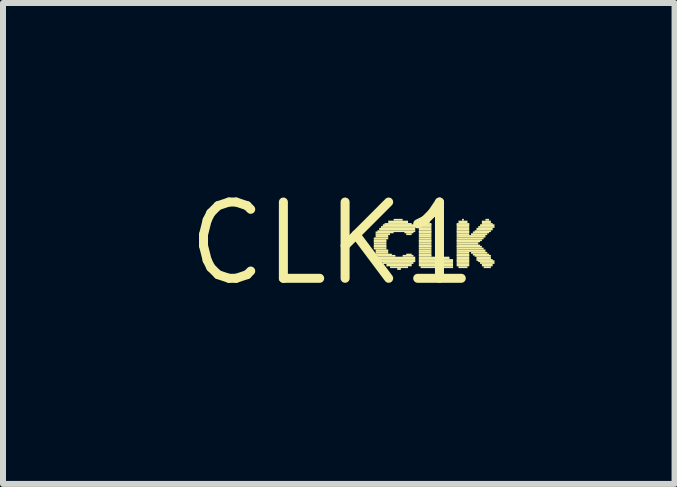
<source format=kicad_pcb>
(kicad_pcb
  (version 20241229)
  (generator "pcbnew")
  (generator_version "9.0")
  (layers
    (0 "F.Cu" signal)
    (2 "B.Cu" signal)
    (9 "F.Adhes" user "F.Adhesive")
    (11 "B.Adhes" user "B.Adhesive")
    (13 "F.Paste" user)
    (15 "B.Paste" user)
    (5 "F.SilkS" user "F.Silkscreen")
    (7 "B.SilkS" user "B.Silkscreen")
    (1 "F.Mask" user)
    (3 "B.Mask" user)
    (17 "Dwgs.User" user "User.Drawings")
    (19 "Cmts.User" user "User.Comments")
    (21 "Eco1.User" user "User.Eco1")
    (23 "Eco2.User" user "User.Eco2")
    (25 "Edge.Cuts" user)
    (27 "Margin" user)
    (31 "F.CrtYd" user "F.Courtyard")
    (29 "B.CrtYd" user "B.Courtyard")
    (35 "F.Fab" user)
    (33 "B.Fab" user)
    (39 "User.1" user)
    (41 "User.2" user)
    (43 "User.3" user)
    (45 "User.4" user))
  (footprint "CLK1"
    (layer "F.Cu")
    (at 2.487 1.006)
    (property "Reference" "CLK1" (at 0 0 0) (layer "F.SilkS") (effects (font (size 1.27 1.27) (thickness 0.15))))
    (fp_poly (pts (xy 0.69 -0.07) (xy 0.93 -0.07) (xy 0.93 -0.1) (xy 0.69 -0.1)) (stroke (width 0) (type default)) (fill yes) (layer "F.SilkS"))
    (fp_poly (pts (xy 0.69 -0.04) (xy 0.9 -0.04) (xy 0.9 -0.07) (xy 0.69 -0.07)) (stroke (width 0) (type default)) (fill yes) (layer "F.SilkS"))
    (fp_poly (pts (xy 0.69 -0.02) (xy 0.9 -0.02) (xy 0.9 -0.05) (xy 0.69 -0.05)) (stroke (width 0) (type default)) (fill yes) (layer "F.SilkS"))
    (fp_poly (pts (xy 0.69 0.02) (xy 0.9 0.02) (xy 0.9 -0.02) (xy 0.69 -0.02)) (stroke (width 0) (type default)) (fill yes) (layer "F.SilkS"))
    (fp_poly (pts (xy 0.69 0.05) (xy 0.9 0.05) (xy 0.9 0.02) (xy 0.69 0.02)) (stroke (width 0) (type default)) (fill yes) (layer "F.SilkS"))
    (fp_poly (pts (xy 0.69 0.07) (xy 0.9 0.07) (xy 0.9 0.04) (xy 0.69 0.04)) (stroke (width 0) (type default)) (fill yes) (layer "F.SilkS"))
    (fp_poly (pts (xy 0.69 0.1) (xy 0.9 0.1) (xy 0.9 0.07) (xy 0.69 0.07)) (stroke (width 0) (type default)) (fill yes) (layer "F.SilkS"))
    (fp_poly (pts (xy 0.72 -0.17) (xy 1.02 -0.17) (xy 1.02 -0.2) (xy 0.72 -0.2)) (stroke (width 0) (type default)) (fill yes) (layer "F.SilkS"))
    (fp_poly (pts (xy 0.72 -0.14) (xy 0.96 -0.14) (xy 0.96 -0.17) (xy 0.72 -0.17)) (stroke (width 0) (type default)) (fill yes) (layer "F.SilkS"))
    (fp_poly (pts (xy 0.72 -0.1) (xy 0.93 -0.1) (xy 0.93 -0.14) (xy 0.72 -0.14)) (stroke (width 0) (type default)) (fill yes) (layer "F.SilkS"))
    (fp_poly (pts (xy 0.72 0.14) (xy 0.93 0.14) (xy 0.93 0.1) (xy 0.72 0.1)) (stroke (width 0) (type default)) (fill yes) (layer "F.SilkS"))
    (fp_poly (pts (xy 0.72 0.17) (xy 0.93 0.17) (xy 0.93 0.14) (xy 0.72 0.14)) (stroke (width 0) (type default)) (fill yes) (layer "F.SilkS"))
    (fp_poly (pts (xy 0.72 0.2) (xy 0.99 0.2) (xy 0.99 0.17) (xy 0.72 0.17)) (stroke (width 0) (type default)) (fill yes) (layer "F.SilkS"))
    (fp_poly (pts (xy 0.75 -0.19) (xy 1.38 -0.19) (xy 1.38 -0.22) (xy 0.75 -0.22)) (stroke (width 0) (type default)) (fill yes) (layer "F.SilkS"))
    (fp_poly (pts (xy 0.75 0.22) (xy 1.05 0.22) (xy 1.05 0.19) (xy 0.75 0.19)) (stroke (width 0) (type default)) (fill yes) (layer "F.SilkS"))
    (fp_poly (pts (xy 0.75 0.26) (xy 1.38 0.26) (xy 1.38 0.22) (xy 0.75 0.22)) (stroke (width 0) (type default)) (fill yes) (layer "F.SilkS"))
    (fp_poly (pts (xy 0.78 -0.22) (xy 1.38 -0.22) (xy 1.38 -0.26) (xy 0.78 -0.26)) (stroke (width 0) (type default)) (fill yes) (layer "F.SilkS"))
    (fp_poly (pts (xy 0.78 0.29) (xy 1.38 0.29) (xy 1.38 0.26) (xy 0.78 0.26)) (stroke (width 0) (type default)) (fill yes) (layer "F.SilkS"))
    (fp_poly (pts (xy 0.81 -0.26) (xy 1.38 -0.26) (xy 1.38 -0.29) (xy 0.81 -0.29)) (stroke (width 0) (type default)) (fill yes) (layer "F.SilkS"))
    (fp_poly (pts (xy 0.81 0.31) (xy 1.38 0.31) (xy 1.38 0.28) (xy 0.81 0.28)) (stroke (width 0) (type default)) (fill yes) (layer "F.SilkS"))
    (fp_poly (pts (xy 0.84 -0.29) (xy 1.38 -0.29) (xy 1.38 -0.32) (xy 0.84 -0.32)) (stroke (width 0) (type default)) (fill yes) (layer "F.SilkS"))
    (fp_poly (pts (xy 0.84 0.34) (xy 1.35 0.34) (xy 1.35 0.31) (xy 0.84 0.31)) (stroke (width 0) (type default)) (fill yes) (layer "F.SilkS"))
    (fp_poly (pts (xy 0.87 -0.31) (xy 1.32 -0.31) (xy 1.32 -0.34) (xy 0.87 -0.34)) (stroke (width 0) (type default)) (fill yes) (layer "F.SilkS"))
    (fp_poly (pts (xy 0.9 0.38) (xy 1.32 0.38) (xy 1.32 0.34) (xy 0.9 0.34)) (stroke (width 0) (type default)) (fill yes) (layer "F.SilkS"))
    (fp_poly (pts (xy 0.93 -0.34) (xy 1.26 -0.34) (xy 1.26 -0.38) (xy 0.93 -0.38)) (stroke (width 0) (type default)) (fill yes) (layer "F.SilkS"))
    (fp_poly (pts (xy 0.96 0.41) (xy 1.26 0.41) (xy 1.26 0.38) (xy 0.96 0.38)) (stroke (width 0) (type default)) (fill yes) (layer "F.SilkS"))
    (fp_poly (pts (xy 1.02 -0.38) (xy 1.17 -0.38) (xy 1.17 -0.41) (xy 1.02 -0.41)) (stroke (width 0) (type default)) (fill yes) (layer "F.SilkS"))
    (fp_poly (pts (xy 1.08 0.44) (xy 1.14 0.44) (xy 1.14 0.41) (xy 1.08 0.41)) (stroke (width 0) (type default)) (fill yes) (layer "F.SilkS"))
    (fp_poly (pts (xy 1.17 0.22) (xy 1.35 0.22) (xy 1.35 0.19) (xy 1.17 0.19)) (stroke (width 0) (type default)) (fill yes) (layer "F.SilkS"))
    (fp_poly (pts (xy 1.2 -0.17) (xy 1.35 -0.17) (xy 1.35 -0.2) (xy 1.2 -0.2)) (stroke (width 0) (type default)) (fill yes) (layer "F.SilkS"))
    (fp_poly (pts (xy 1.23 -0.14) (xy 1.32 -0.14) (xy 1.32 -0.17) (xy 1.23 -0.17)) (stroke (width 0) (type default)) (fill yes) (layer "F.SilkS"))
    (fp_poly (pts (xy 1.23 0.2) (xy 1.32 0.2) (xy 1.32 0.17) (xy 1.23 0.17)) (stroke (width 0) (type default)) (fill yes) (layer "F.SilkS"))
    (fp_poly (pts (xy 1.44 -0.31) (xy 1.65 -0.31) (xy 1.65 -0.34) (xy 1.44 -0.34)) (stroke (width 0) (type default)) (fill yes) (layer "F.SilkS"))
    (fp_poly (pts (xy 1.44 -0.29) (xy 1.65 -0.29) (xy 1.65 -0.32) (xy 1.44 -0.32)) (stroke (width 0) (type default)) (fill yes) (layer "F.SilkS"))
    (fp_poly (pts (xy 1.44 -0.26) (xy 1.65 -0.26) (xy 1.65 -0.29) (xy 1.44 -0.29)) (stroke (width 0) (type default)) (fill yes) (layer "F.SilkS"))
    (fp_poly (pts (xy 1.44 -0.22) (xy 1.65 -0.22) (xy 1.65 -0.26) (xy 1.44 -0.26)) (stroke (width 0) (type default)) (fill yes) (layer "F.SilkS"))
    (fp_poly (pts (xy 1.44 -0.19) (xy 1.65 -0.19) (xy 1.65 -0.22) (xy 1.44 -0.22)) (stroke (width 0) (type default)) (fill yes) (layer "F.SilkS"))
    (fp_poly (pts (xy 1.44 -0.17) (xy 1.65 -0.17) (xy 1.65 -0.2) (xy 1.44 -0.2)) (stroke (width 0) (type default)) (fill yes) (layer "F.SilkS"))
    (fp_poly (pts (xy 1.44 -0.14) (xy 1.65 -0.14) (xy 1.65 -0.17) (xy 1.44 -0.17)) (stroke (width 0) (type default)) (fill yes) (layer "F.SilkS"))
    (fp_poly (pts (xy 1.44 -0.1) (xy 1.65 -0.1) (xy 1.65 -0.14) (xy 1.44 -0.14)) (stroke (width 0) (type default)) (fill yes) (layer "F.SilkS"))
    (fp_poly (pts (xy 1.44 -0.07) (xy 1.65 -0.07) (xy 1.65 -0.1) (xy 1.44 -0.1)) (stroke (width 0) (type default)) (fill yes) (layer "F.SilkS"))
    (fp_poly (pts (xy 1.44 -0.04) (xy 1.65 -0.04) (xy 1.65 -0.07) (xy 1.44 -0.07)) (stroke (width 0) (type default)) (fill yes) (layer "F.SilkS"))
    (fp_poly (pts (xy 1.44 -0.02) (xy 1.65 -0.02) (xy 1.65 -0.05) (xy 1.44 -0.05)) (stroke (width 0) (type default)) (fill yes) (layer "F.SilkS"))
    (fp_poly (pts (xy 1.44 0.02) (xy 1.65 0.02) (xy 1.65 -0.02) (xy 1.44 -0.02)) (stroke (width 0) (type default)) (fill yes) (layer "F.SilkS"))
    (fp_poly (pts (xy 1.44 0.05) (xy 1.65 0.05) (xy 1.65 0.02) (xy 1.44 0.02)) (stroke (width 0) (type default)) (fill yes) (layer "F.SilkS"))
    (fp_poly (pts (xy 1.44 0.07) (xy 1.65 0.07) (xy 1.65 0.04) (xy 1.44 0.04)) (stroke (width 0) (type default)) (fill yes) (layer "F.SilkS"))
    (fp_poly (pts (xy 1.44 0.1) (xy 1.65 0.1) (xy 1.65 0.07) (xy 1.44 0.07)) (stroke (width 0) (type default)) (fill yes) (layer "F.SilkS"))
    (fp_poly (pts (xy 1.44 0.14) (xy 1.65 0.14) (xy 1.65 0.1) (xy 1.44 0.1)) (stroke (width 0) (type default)) (fill yes) (layer "F.SilkS"))
    (fp_poly (pts (xy 1.44 0.17) (xy 1.65 0.17) (xy 1.65 0.14) (xy 1.44 0.14)) (stroke (width 0) (type default)) (fill yes) (layer "F.SilkS"))
    (fp_poly (pts (xy 1.44 0.2) (xy 1.65 0.2) (xy 1.65 0.17) (xy 1.44 0.17)) (stroke (width 0) (type default)) (fill yes) (layer "F.SilkS"))
    (fp_poly (pts (xy 1.44 0.22) (xy 1.65 0.22) (xy 1.65 0.19) (xy 1.44 0.19)) (stroke (width 0) (type default)) (fill yes) (layer "F.SilkS"))
    (fp_poly (pts (xy 1.44 0.26) (xy 1.95 0.26) (xy 1.95 0.22) (xy 1.44 0.22)) (stroke (width 0) (type default)) (fill yes) (layer "F.SilkS"))
    (fp_poly (pts (xy 1.44 0.29) (xy 2.01 0.29) (xy 2.01 0.26) (xy 1.44 0.26)) (stroke (width 0) (type default)) (fill yes) (layer "F.SilkS"))
    (fp_poly (pts (xy 1.44 0.31) (xy 2.01 0.31) (xy 2.01 0.28) (xy 1.44 0.28)) (stroke (width 0) (type default)) (fill yes) (layer "F.SilkS"))
    (fp_poly (pts (xy 1.44 0.34) (xy 2.01 0.34) (xy 2.01 0.31) (xy 1.44 0.31)) (stroke (width 0) (type default)) (fill yes) (layer "F.SilkS"))
    (fp_poly (pts (xy 1.44 0.38) (xy 2.01 0.38) (xy 2.01 0.34) (xy 1.44 0.34)) (stroke (width 0) (type default)) (fill yes) (layer "F.SilkS"))
    (fp_poly (pts (xy 1.47 -0.34) (xy 1.62 -0.34) (xy 1.62 -0.38) (xy 1.47 -0.38)) (stroke (width 0) (type default)) (fill yes) (layer "F.SilkS"))
    (fp_poly (pts (xy 1.47 0.41) (xy 2.01 0.41) (xy 2.01 0.38) (xy 1.47 0.38)) (stroke (width 0) (type default)) (fill yes) (layer "F.SilkS"))
    (fp_poly (pts (xy 1.53 -0.38) (xy 1.56 -0.38) (xy 1.56 -0.41) (xy 1.53 -0.41)) (stroke (width 0) (type default)) (fill yes) (layer "F.SilkS"))
    (fp_poly (pts (xy 2.07 -0.31) (xy 2.28 -0.31) (xy 2.28 -0.34) (xy 2.07 -0.34)) (stroke (width 0) (type default)) (fill yes) (layer "F.SilkS"))
    (fp_poly (pts (xy 2.07 -0.29) (xy 2.28 -0.29) (xy 2.28 -0.32) (xy 2.07 -0.32)) (stroke (width 0) (type default)) (fill yes) (layer "F.SilkS"))
    (fp_poly (pts (xy 2.07 -0.26) (xy 2.28 -0.26) (xy 2.28 -0.29) (xy 2.07 -0.29)) (stroke (width 0) (type default)) (fill yes) (layer "F.SilkS"))
    (fp_poly (pts (xy 2.07 -0.22) (xy 2.28 -0.22) (xy 2.28 -0.26) (xy 2.07 -0.26)) (stroke (width 0) (type default)) (fill yes) (layer "F.SilkS"))
    (fp_poly (pts (xy 2.07 -0.19) (xy 2.28 -0.19) (xy 2.28 -0.22) (xy 2.07 -0.22)) (stroke (width 0) (type default)) (fill yes) (layer "F.SilkS"))
    (fp_poly (pts (xy 2.07 -0.17) (xy 2.28 -0.17) (xy 2.28 -0.2) (xy 2.07 -0.2)) (stroke (width 0) (type default)) (fill yes) (layer "F.SilkS"))
    (fp_poly (pts (xy 2.07 -0.14) (xy 2.28 -0.14) (xy 2.28 -0.17) (xy 2.07 -0.17)) (stroke (width 0) (type default)) (fill yes) (layer "F.SilkS"))
    (fp_poly (pts (xy 2.07 -0.1) (xy 2.55 -0.1) (xy 2.55 -0.14) (xy 2.07 -0.14)) (stroke (width 0) (type default)) (fill yes) (layer "F.SilkS"))
    (fp_poly (pts (xy 2.07 -0.07) (xy 2.52 -0.07) (xy 2.52 -0.1) (xy 2.07 -0.1)) (stroke (width 0) (type default)) (fill yes) (layer "F.SilkS"))
    (fp_poly (pts (xy 2.07 -0.04) (xy 2.49 -0.04) (xy 2.49 -0.07) (xy 2.07 -0.07)) (stroke (width 0) (type default)) (fill yes) (layer "F.SilkS"))
    (fp_poly (pts (xy 2.07 -0.02) (xy 2.46 -0.02) (xy 2.46 -0.05) (xy 2.07 -0.05)) (stroke (width 0) (type default)) (fill yes) (layer "F.SilkS"))
    (fp_poly (pts (xy 2.07 0.02) (xy 2.43 0.02) (xy 2.43 -0.02) (xy 2.07 -0.02)) (stroke (width 0) (type default)) (fill yes) (layer "F.SilkS"))
    (fp_poly (pts (xy 2.07 0.05) (xy 2.46 0.05) (xy 2.46 0.02) (xy 2.07 0.02)) (stroke (width 0) (type default)) (fill yes) (layer "F.SilkS"))
    (fp_poly (pts (xy 2.07 0.07) (xy 2.49 0.07) (xy 2.49 0.04) (xy 2.07 0.04)) (stroke (width 0) (type default)) (fill yes) (layer "F.SilkS"))
    (fp_poly (pts (xy 2.07 0.1) (xy 2.52 0.1) (xy 2.52 0.07) (xy 2.07 0.07)) (stroke (width 0) (type default)) (fill yes) (layer "F.SilkS"))
    (fp_poly (pts (xy 2.07 0.14) (xy 2.55 0.14) (xy 2.55 0.1) (xy 2.07 0.1)) (stroke (width 0) (type default)) (fill yes) (layer "F.SilkS"))
    (fp_poly (pts (xy 2.07 0.17) (xy 2.28 0.17) (xy 2.28 0.14) (xy 2.07 0.14)) (stroke (width 0) (type default)) (fill yes) (layer "F.SilkS"))
    (fp_poly (pts (xy 2.07 0.2) (xy 2.28 0.2) (xy 2.28 0.17) (xy 2.07 0.17)) (stroke (width 0) (type default)) (fill yes) (layer "F.SilkS"))
    (fp_poly (pts (xy 2.07 0.22) (xy 2.28 0.22) (xy 2.28 0.19) (xy 2.07 0.19)) (stroke (width 0) (type default)) (fill yes) (layer "F.SilkS"))
    (fp_poly (pts (xy 2.07 0.26) (xy 2.28 0.26) (xy 2.28 0.22) (xy 2.07 0.22)) (stroke (width 0) (type default)) (fill yes) (layer "F.SilkS"))
    (fp_poly (pts (xy 2.07 0.29) (xy 2.28 0.29) (xy 2.28 0.26) (xy 2.07 0.26)) (stroke (width 0) (type default)) (fill yes) (layer "F.SilkS"))
    (fp_poly (pts (xy 2.07 0.31) (xy 2.28 0.31) (xy 2.28 0.28) (xy 2.07 0.28)) (stroke (width 0) (type default)) (fill yes) (layer "F.SilkS"))
    (fp_poly (pts (xy 2.07 0.34) (xy 2.28 0.34) (xy 2.28 0.31) (xy 2.07 0.31)) (stroke (width 0) (type default)) (fill yes) (layer "F.SilkS"))
    (fp_poly (pts (xy 2.07 0.38) (xy 2.28 0.38) (xy 2.28 0.34) (xy 2.07 0.34)) (stroke (width 0) (type default)) (fill yes) (layer "F.SilkS"))
    (fp_poly (pts (xy 2.1 -0.34) (xy 2.25 -0.34) (xy 2.25 -0.38) (xy 2.1 -0.38)) (stroke (width 0) (type default)) (fill yes) (layer "F.SilkS"))
    (fp_poly (pts (xy 2.1 0.41) (xy 2.25 0.41) (xy 2.25 0.38) (xy 2.1 0.38)) (stroke (width 0) (type default)) (fill yes) (layer "F.SilkS"))
    (fp_poly (pts (xy 2.16 -0.38) (xy 2.19 -0.38) (xy 2.19 -0.41) (xy 2.16 -0.41)) (stroke (width 0) (type default)) (fill yes) (layer "F.SilkS"))
    (fp_poly (pts (xy 2.31 -0.14) (xy 2.58 -0.14) (xy 2.58 -0.17) (xy 2.31 -0.17)) (stroke (width 0) (type default)) (fill yes) (layer "F.SilkS"))
    (fp_poly (pts (xy 2.31 0.17) (xy 2.58 0.17) (xy 2.58 0.14) (xy 2.31 0.14)) (stroke (width 0) (type default)) (fill yes) (layer "F.SilkS"))
    (fp_poly (pts (xy 2.34 -0.17) (xy 2.61 -0.17) (xy 2.61 -0.2) (xy 2.34 -0.2)) (stroke (width 0) (type default)) (fill yes) (layer "F.SilkS"))
    (fp_poly (pts (xy 2.34 0.2) (xy 2.61 0.2) (xy 2.61 0.17) (xy 2.34 0.17)) (stroke (width 0) (type default)) (fill yes) (layer "F.SilkS"))
    (fp_poly (pts (xy 2.37 -0.19) (xy 2.64 -0.19) (xy 2.64 -0.22) (xy 2.37 -0.22)) (stroke (width 0) (type default)) (fill yes) (layer "F.SilkS"))
    (fp_poly (pts (xy 2.37 0.22) (xy 2.64 0.22) (xy 2.64 0.19) (xy 2.37 0.19)) (stroke (width 0) (type default)) (fill yes) (layer "F.SilkS"))
    (fp_poly (pts (xy 2.4 -0.22) (xy 2.67 -0.22) (xy 2.67 -0.26) (xy 2.4 -0.26)) (stroke (width 0) (type default)) (fill yes) (layer "F.SilkS"))
    (fp_poly (pts (xy 2.4 0.26) (xy 2.64 0.26) (xy 2.64 0.22) (xy 2.4 0.22)) (stroke (width 0) (type default)) (fill yes) (layer "F.SilkS"))
    (fp_poly (pts (xy 2.4 0.29) (xy 2.67 0.29) (xy 2.67 0.26) (xy 2.4 0.26)) (stroke (width 0) (type default)) (fill yes) (layer "F.SilkS"))
    (fp_poly (pts (xy 2.43 -0.26) (xy 2.7 -0.26) (xy 2.7 -0.29) (xy 2.43 -0.29)) (stroke (width 0) (type default)) (fill yes) (layer "F.SilkS"))
    (fp_poly (pts (xy 2.43 0.31) (xy 2.7 0.31) (xy 2.7 0.28) (xy 2.43 0.28)) (stroke (width 0) (type default)) (fill yes) (layer "F.SilkS"))
    (fp_poly (pts (xy 2.46 -0.29) (xy 2.7 -0.29) (xy 2.7 -0.32) (xy 2.46 -0.32)) (stroke (width 0) (type default)) (fill yes) (layer "F.SilkS"))
    (fp_poly (pts (xy 2.46 0.34) (xy 2.7 0.34) (xy 2.7 0.31) (xy 2.46 0.31)) (stroke (width 0) (type default)) (fill yes) (layer "F.SilkS"))
    (fp_poly (pts (xy 2.49 -0.34) (xy 2.64 -0.34) (xy 2.64 -0.38) (xy 2.49 -0.38)) (stroke (width 0) (type default)) (fill yes) (layer "F.SilkS"))
    (fp_poly (pts (xy 2.49 -0.31) (xy 2.67 -0.31) (xy 2.67 -0.34) (xy 2.49 -0.34)) (stroke (width 0) (type default)) (fill yes) (layer "F.SilkS"))
    (fp_poly (pts (xy 2.49 0.38) (xy 2.67 0.38) (xy 2.67 0.34) (xy 2.49 0.34)) (stroke (width 0) (type default)) (fill yes) (layer "F.SilkS"))
    (fp_poly (pts (xy 2.52 0.41) (xy 2.64 0.41) (xy 2.64 0.38) (xy 2.52 0.38)) (stroke (width 0) (type default)) (fill yes) (layer "F.SilkS"))
    (fp_poly (pts (xy 2.55 -0.38) (xy 2.61 -0.38) (xy 2.61 -0.41) (xy 2.55 -0.41)) (stroke (width 0) (type default)) (fill yes) (layer "F.SilkS")))
  (gr_rect
    (start -3 -3)
    (end 8.187 5.012)
    (stroke (width 0.1) (type default))
    (fill no)
    (layer "Edge.Cuts")))
</source>
